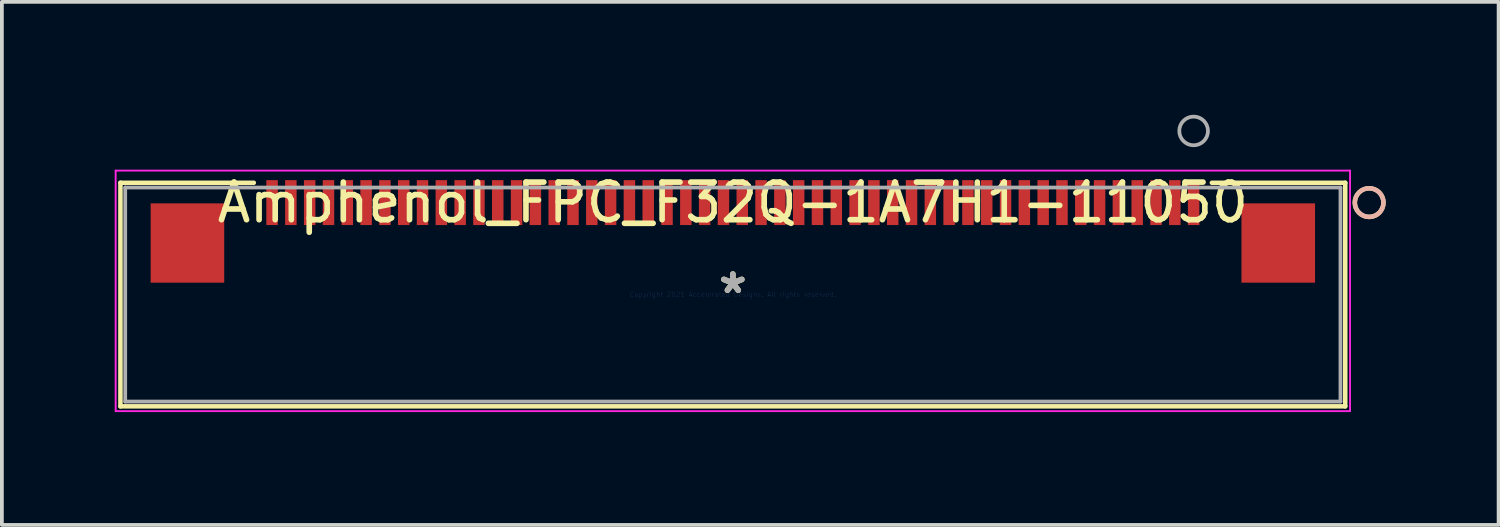
<source format=kicad_pcb>
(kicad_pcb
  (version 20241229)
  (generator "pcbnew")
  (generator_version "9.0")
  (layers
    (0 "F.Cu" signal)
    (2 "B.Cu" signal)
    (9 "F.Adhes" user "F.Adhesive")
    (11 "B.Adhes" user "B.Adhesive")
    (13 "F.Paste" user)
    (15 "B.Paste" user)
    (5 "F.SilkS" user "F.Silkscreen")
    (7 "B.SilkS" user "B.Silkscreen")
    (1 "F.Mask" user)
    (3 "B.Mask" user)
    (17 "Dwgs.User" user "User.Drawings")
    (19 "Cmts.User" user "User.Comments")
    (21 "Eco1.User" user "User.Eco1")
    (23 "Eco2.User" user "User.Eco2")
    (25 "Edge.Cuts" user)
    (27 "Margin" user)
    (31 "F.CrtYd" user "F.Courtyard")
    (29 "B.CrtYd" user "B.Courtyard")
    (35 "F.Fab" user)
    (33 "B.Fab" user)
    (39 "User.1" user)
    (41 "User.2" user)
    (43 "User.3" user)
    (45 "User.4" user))
  (footprint "Amphenol_FPC_F32Q-1A7H1-11050"
    (layer "F.Cu")
    (at 16.433 4.781)
    (property "Reference" "Amphenol_FPC_F32Q-1A7H1-11050" (at 0 -2.445 0) (layer "F.SilkS") (effects (font (size 1 1) (thickness 0.15))))
    (attr through_hole)
    (fp_line (start -16.281 -2.972) (end -16.281 2.972) (stroke (width 0.12) (type solid)) (layer "F.SilkS"))
    (fp_line (start -16.281 2.972) (end 16.281 2.972) (stroke (width 0.12) (type solid)) (layer "F.SilkS"))
    (fp_line (start -12.735 -2.972) (end -16.281 -2.972) (stroke (width 0.12) (type solid)) (layer "F.SilkS"))
    (fp_line (start 16.281 -2.972) (end 12.735 -2.972) (stroke (width 0.12) (type solid)) (layer "F.SilkS"))
    (fp_line (start 16.281 2.972) (end 16.281 -2.972) (stroke (width 0.12) (type solid)) (layer "F.SilkS"))
    (fp_circle (center 16.916 -2.445) (end 17.297 -2.445) (stroke (width 0.12) (type solid)) (fill no) (layer "F.SilkS"))
    (fp_circle (center 16.916 -2.445) (end 17.297 -2.445) (stroke (width 0.12) (type solid)) (fill no) (layer "B.SilkS"))
    (fp_line (start -16.408 -3.296) (end -16.408 3.099) (stroke (width 0.05) (type solid)) (layer "F.CrtYd"))
    (fp_line (start -16.408 3.099) (end 16.408 3.099) (stroke (width 0.05) (type solid)) (layer "F.CrtYd"))
    (fp_line (start 16.408 -3.296) (end -16.408 -3.296) (stroke (width 0.05) (type solid)) (layer "F.CrtYd"))
    (fp_line (start 16.408 3.099) (end 16.408 -3.296) (stroke (width 0.05) (type solid)) (layer "F.CrtYd"))
    (fp_line (start -16.154 -2.845) (end -16.154 2.845) (stroke (width 0.1) (type solid)) (layer "F.Fab"))
    (fp_line (start -16.154 2.845) (end 16.154 2.845) (stroke (width 0.1) (type solid)) (layer "F.Fab"))
    (fp_line (start 16.154 -2.845) (end -16.154 -2.845) (stroke (width 0.1) (type solid)) (layer "F.Fab"))
    (fp_line (start 16.154 2.845) (end 16.154 -2.845) (stroke (width 0.1) (type solid)) (layer "F.Fab"))
    (fp_circle (center 12.25 -4.35) (end 12.631 -4.35) (stroke (width 0.1) (type solid)) (fill no) (layer "F.Fab"))
    (fp_text user "*" (at 0 0 0) (layer "F.SilkS") (effects (font (size 1 1) (thickness 0.15))))
    (fp_text user "Copyright 2021 Accelerated Designs. All rights reserved." (at 0 0 0) (layer "Cmts.User") (effects (font (size 0.127 0.127) (thickness 0.002))))
    (fp_text user "*" (at 0 0 0) (layer "F.Fab") (effects (font (size 1 1) (thickness 0.15))))
    (pad "1" smd rect (at 12.25 -2.445) (size 0.305 1.194) (layers "F.Cu" "F.Mask" "F.Paste"))
    (pad "2" smd rect (at 11.75 -2.445) (size 0.305 1.194) (layers "F.Cu" "F.Mask" "F.Paste"))
    (pad "3" smd rect (at 11.25 -2.445) (size 0.305 1.194) (layers "F.Cu" "F.Mask" "F.Paste"))
    (pad "4" smd rect (at 10.75 -2.445) (size 0.305 1.194) (layers "F.Cu" "F.Mask" "F.Paste"))
    (pad "5" smd rect (at 10.25 -2.445) (size 0.305 1.194) (layers "F.Cu" "F.Mask" "F.Paste"))
    (pad "6" smd rect (at 9.75 -2.445) (size 0.305 1.194) (layers "F.Cu" "F.Mask" "F.Paste"))
    (pad "7" smd rect (at 9.25 -2.445) (size 0.305 1.194) (layers "F.Cu" "F.Mask" "F.Paste"))
    (pad "8" smd rect (at 8.75 -2.445) (size 0.305 1.194) (layers "F.Cu" "F.Mask" "F.Paste"))
    (pad "9" smd rect (at 8.25 -2.445) (size 0.305 1.194) (layers "F.Cu" "F.Mask" "F.Paste"))
    (pad "10" smd rect (at 7.75 -2.445) (size 0.305 1.194) (layers "F.Cu" "F.Mask" "F.Paste"))
    (pad "11" smd rect (at 7.25 -2.445) (size 0.305 1.194) (layers "F.Cu" "F.Mask" "F.Paste"))
    (pad "12" smd rect (at 6.75 -2.445) (size 0.305 1.194) (layers "F.Cu" "F.Mask" "F.Paste"))
    (pad "13" smd rect (at 6.25 -2.445) (size 0.305 1.194) (layers "F.Cu" "F.Mask" "F.Paste"))
    (pad "14" smd rect (at 5.75 -2.445) (size 0.305 1.194) (layers "F.Cu" "F.Mask" "F.Paste"))
    (pad "15" smd rect (at 5.25 -2.445) (size 0.305 1.194) (layers "F.Cu" "F.Mask" "F.Paste"))
    (pad "16" smd rect (at 4.75 -2.445) (size 0.305 1.194) (layers "F.Cu" "F.Mask" "F.Paste"))
    (pad "17" smd rect (at 4.25 -2.445) (size 0.305 1.194) (layers "F.Cu" "F.Mask" "F.Paste"))
    (pad "18" smd rect (at 3.75 -2.445) (size 0.305 1.194) (layers "F.Cu" "F.Mask" "F.Paste"))
    (pad "19" smd rect (at 3.25 -2.445) (size 0.305 1.194) (layers "F.Cu" "F.Mask" "F.Paste"))
    (pad "20" smd rect (at 2.75 -2.445) (size 0.305 1.194) (layers "F.Cu" "F.Mask" "F.Paste"))
    (pad "21" smd rect (at 2.25 -2.445) (size 0.305 1.194) (layers "F.Cu" "F.Mask" "F.Paste"))
    (pad "22" smd rect (at 1.75 -2.445) (size 0.305 1.194) (layers "F.Cu" "F.Mask" "F.Paste"))
    (pad "23" smd rect (at 1.25 -2.445) (size 0.305 1.194) (layers "F.Cu" "F.Mask" "F.Paste"))
    (pad "24" smd rect (at 0.75 -2.445) (size 0.305 1.194) (layers "F.Cu" "F.Mask" "F.Paste"))
    (pad "25" smd rect (at 0.25 -2.445) (size 0.305 1.194) (layers "F.Cu" "F.Mask" "F.Paste"))
    (pad "26" smd rect (at -0.25 -2.445) (size 0.305 1.194) (layers "F.Cu" "F.Mask" "F.Paste"))
    (pad "27" smd rect (at -0.75 -2.445) (size 0.305 1.194) (layers "F.Cu" "F.Mask" "F.Paste"))
    (pad "28" smd rect (at -1.25 -2.445) (size 0.305 1.194) (layers "F.Cu" "F.Mask" "F.Paste"))
    (pad "29" smd rect (at -1.75 -2.445) (size 0.305 1.194) (layers "F.Cu" "F.Mask" "F.Paste"))
    (pad "30" smd rect (at -2.25 -2.445) (size 0.305 1.194) (layers "F.Cu" "F.Mask" "F.Paste"))
    (pad "31" smd rect (at -2.75 -2.445) (size 0.305 1.194) (layers "F.Cu" "F.Mask" "F.Paste"))
    (pad "32" smd rect (at -3.25 -2.445) (size 0.305 1.194) (layers "F.Cu" "F.Mask" "F.Paste"))
    (pad "33" smd rect (at -3.75 -2.445) (size 0.305 1.194) (layers "F.Cu" "F.Mask" "F.Paste"))
    (pad "34" smd rect (at -4.25 -2.445) (size 0.305 1.194) (layers "F.Cu" "F.Mask" "F.Paste"))
    (pad "35" smd rect (at -4.75 -2.445) (size 0.305 1.194) (layers "F.Cu" "F.Mask" "F.Paste"))
    (pad "36" smd rect (at -5.25 -2.445) (size 0.305 1.194) (layers "F.Cu" "F.Mask" "F.Paste"))
    (pad "37" smd rect (at -5.75 -2.445) (size 0.305 1.194) (layers "F.Cu" "F.Mask" "F.Paste"))
    (pad "38" smd rect (at -6.25 -2.445) (size 0.305 1.194) (layers "F.Cu" "F.Mask" "F.Paste"))
    (pad "39" smd rect (at -6.75 -2.445) (size 0.305 1.194) (layers "F.Cu" "F.Mask" "F.Paste"))
    (pad "40" smd rect (at -7.25 -2.445) (size 0.305 1.194) (layers "F.Cu" "F.Mask" "F.Paste"))
    (pad "41" smd rect (at -7.75 -2.445) (size 0.305 1.194) (layers "F.Cu" "F.Mask" "F.Paste"))
    (pad "42" smd rect (at -8.25 -2.445) (size 0.305 1.194) (layers "F.Cu" "F.Mask" "F.Paste"))
    (pad "43" smd rect (at -8.75 -2.445) (size 0.305 1.194) (layers "F.Cu" "F.Mask" "F.Paste"))
    (pad "44" smd rect (at -9.25 -2.445) (size 0.305 1.194) (layers "F.Cu" "F.Mask" "F.Paste"))
    (pad "45" smd rect (at -9.75 -2.445) (size 0.305 1.194) (layers "F.Cu" "F.Mask" "F.Paste"))
    (pad "46" smd rect (at -10.25 -2.445) (size 0.305 1.194) (layers "F.Cu" "F.Mask" "F.Paste"))
    (pad "47" smd rect (at -10.75 -2.445) (size 0.305 1.194) (layers "F.Cu" "F.Mask" "F.Paste"))
    (pad "48" smd rect (at -11.25 -2.445) (size 0.305 1.194) (layers "F.Cu" "F.Mask" "F.Paste"))
    (pad "49" smd rect (at -11.75 -2.445) (size 0.305 1.194) (layers "F.Cu" "F.Mask" "F.Paste"))
    (pad "50" smd rect (at -12.25 -2.445) (size 0.305 1.194) (layers "F.Cu" "F.Mask" "F.Paste"))
    (pad "51" smd rect (at -14.5 -1.37 90) (size 2.108 1.956) (layers "F.Cu" "F.Mask" "F.Paste"))
    (pad "52" smd rect (at 14.5 -1.37 90) (size 2.108 1.956) (layers "F.Cu" "F.Mask" "F.Paste")))
  (gr_rect
    (start -3 -3)
    (end 36.791 10.905)
    (stroke (width 0.1) (type default))
    (fill no)
    (layer "Edge.Cuts")))
</source>
